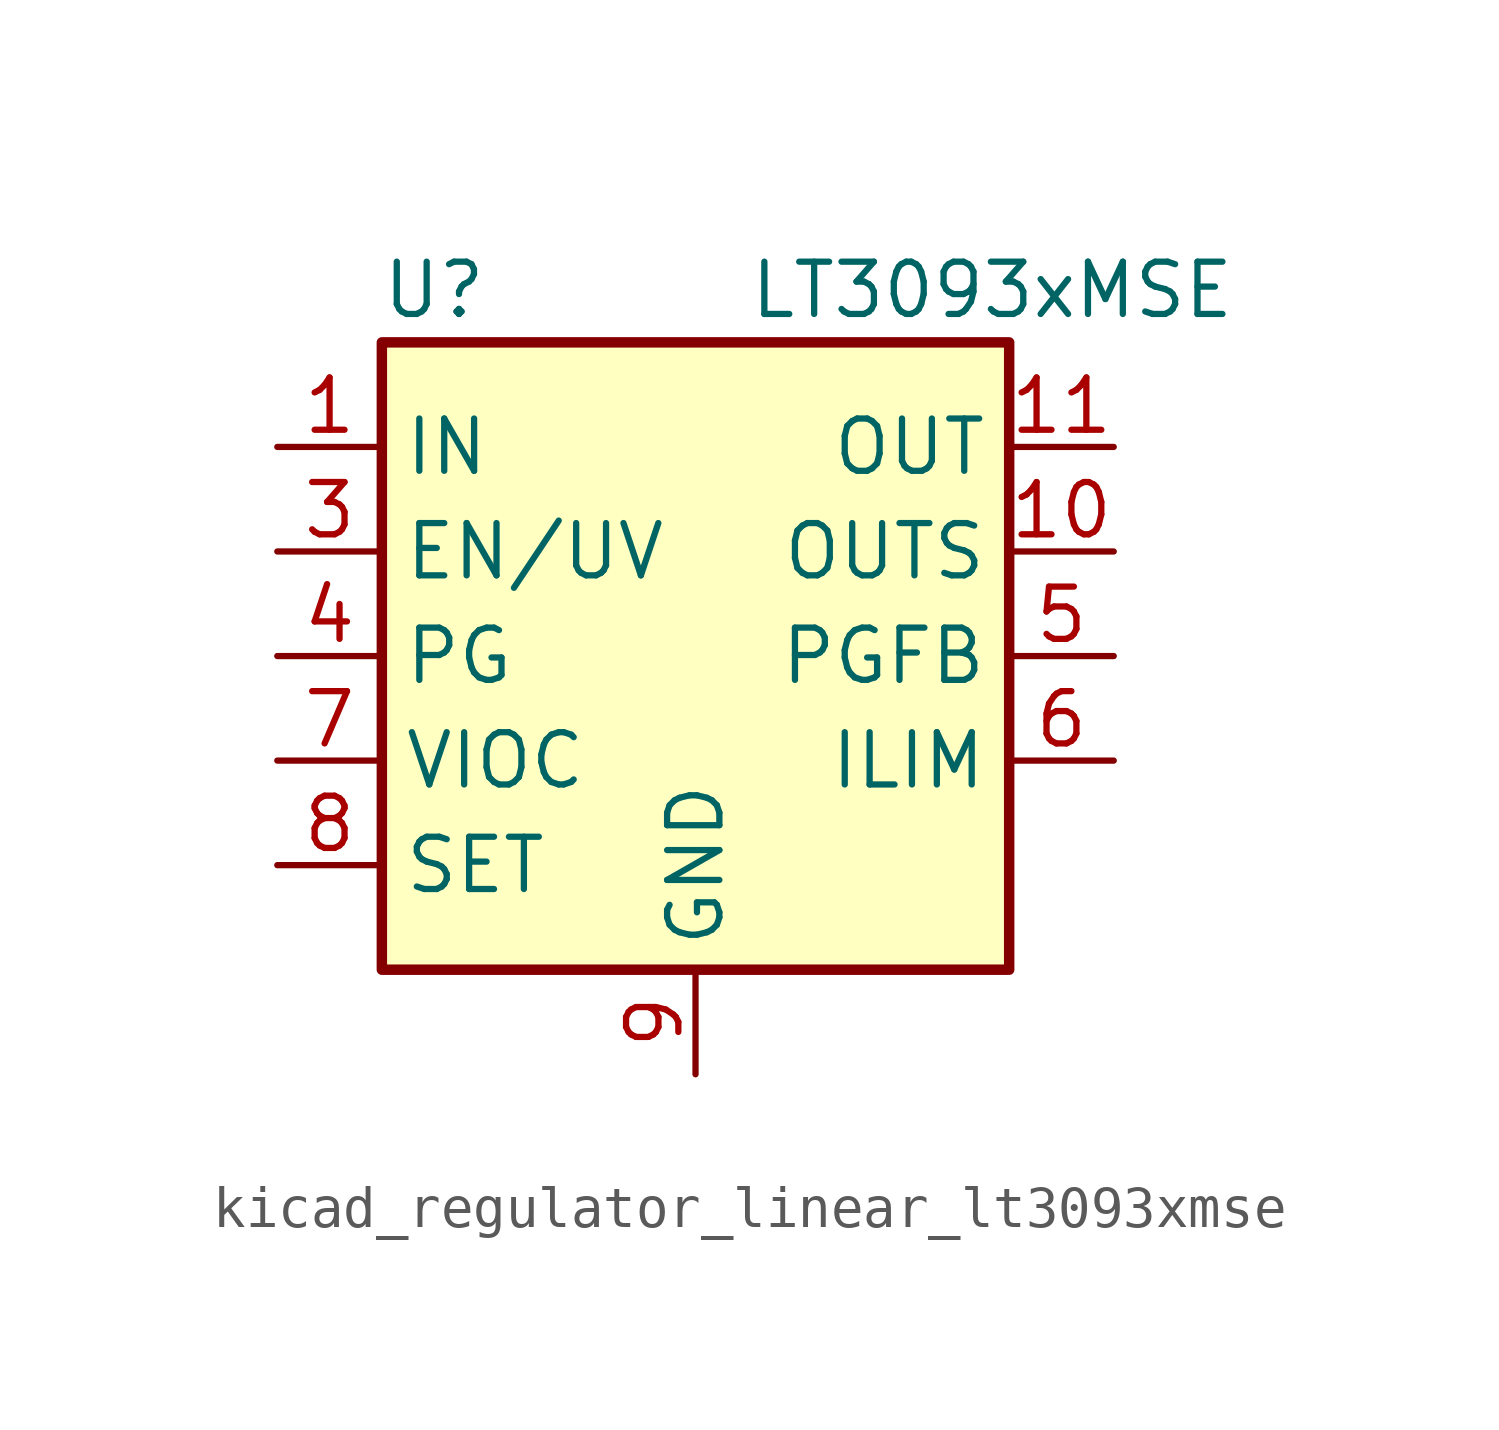
<source format=kicad_sym>
(kicad_symbol_lib
  (version 20220914)
  (generator kicad_symbol_editor)
  (symbol "kicad_regulator_linear_lt3093xmse"
    (property "Reference" "U"
      (at -6.35 8.89 0)
      (effects (font (size 1.27 1.27))))
    (property "Value" "LT3093xMSE"
      (at 1.27 8.89 0)
      (effects (font (size 1.27 1.27)) (justify left)))
    (symbol "kicad_regulator_linear_lt3093xmse_0_0"
      (pin passive line (at 10.16 5.08 180) (length 2.54) hide (name "OUT" (effects (font (size 1.27 1.27)))) (number "12" (effects (font (size 1.27 1.27)))))
      (pin passive line (at -10.16 5.08 0) (length 2.54) hide (name "IN" (effects (font (size 1.27 1.27)))) (number "13" (effects (font (size 1.27 1.27))))))
    (symbol "kicad_regulator_linear_lt3093xmse_0_1"
      (rectangle (start 7.62 7.62) (end -7.62 -7.62) (stroke (width 0.254) (type default)) (fill (type background))))
    (symbol "kicad_regulator_linear_lt3093xmse_1_1"
      (pin power_in line (at -10.16 5.08 0) (length 2.54) (name "IN" (effects (font (size 1.27 1.27)))) (number "1" (effects (font (size 1.27 1.27)))))
      (pin input line (at 10.16 2.54 180) (length 2.54) (name "OUTS" (effects (font (size 1.27 1.27)))) (number "10" (effects (font (size 1.27 1.27)))))
      (pin power_out line (at 10.16 5.08 180) (length 2.54) (name "OUT" (effects (font (size 1.27 1.27)))) (number "11" (effects (font (size 1.27 1.27)))))
      (pin passive line (at -10.16 5.08 0) (length 2.54) hide (name "IN" (effects (font (size 1.27 1.27)))) (number "2" (effects (font (size 1.27 1.27)))))
      (pin input line (at -10.16 2.54 0) (length 2.54) (name "EN/UV" (effects (font (size 1.27 1.27)))) (number "3" (effects (font (size 1.27 1.27)))))
      (pin open_collector line (at -10.16 0 0) (length 2.54) (name "PG" (effects (font (size 1.27 1.27)))) (number "4" (effects (font (size 1.27 1.27)))))
      (pin input line (at 10.16 0 180) (length 2.54) (name "PGFB" (effects (font (size 1.27 1.27)))) (number "5" (effects (font (size 1.27 1.27)))))
      (pin passive line (at 10.16 -2.54 180) (length 2.54) (name "ILIM" (effects (font (size 1.27 1.27)))) (number "6" (effects (font (size 1.27 1.27)))))
      (pin passive line (at -10.16 -2.54 0) (length 2.54) (name "VIOC" (effects (font (size 1.27 1.27)))) (number "7" (effects (font (size 1.27 1.27)))))
      (pin passive line (at -10.16 -5.08 0) (length 2.54) (name "SET" (effects (font (size 1.27 1.27)))) (number "8" (effects (font (size 1.27 1.27)))))
      (pin power_in line (at 0 -10.16 90) (length 2.54) (name "GND" (effects (font (size 1.27 1.27)))) (number "9" (effects (font (size 1.27 1.27))))))))
</source>
